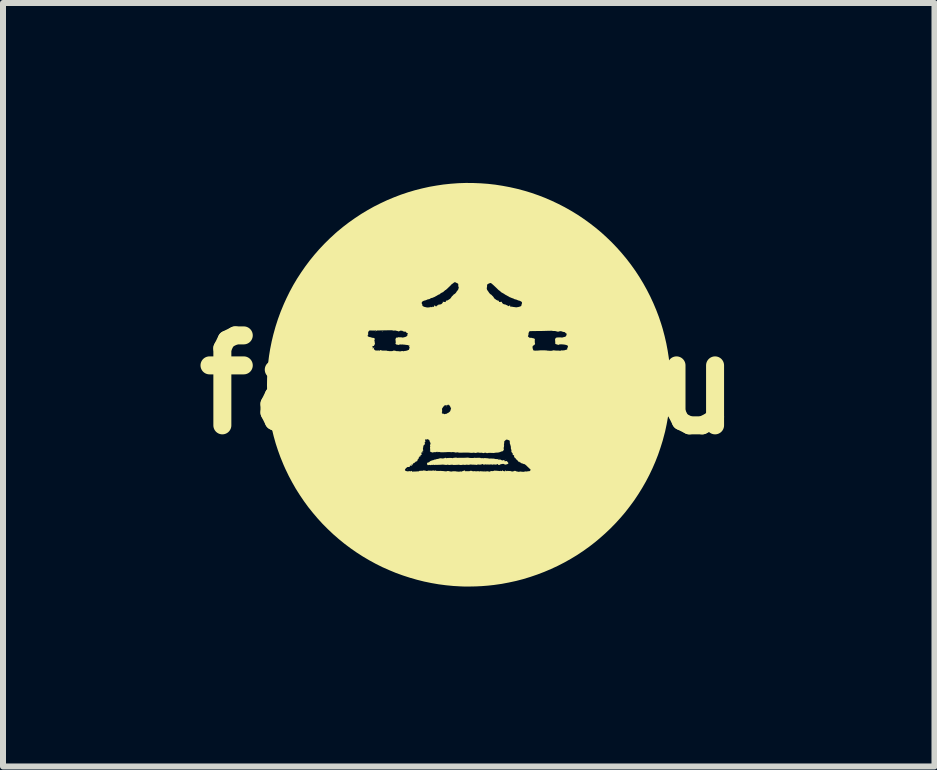
<source format=kicad_pcb>
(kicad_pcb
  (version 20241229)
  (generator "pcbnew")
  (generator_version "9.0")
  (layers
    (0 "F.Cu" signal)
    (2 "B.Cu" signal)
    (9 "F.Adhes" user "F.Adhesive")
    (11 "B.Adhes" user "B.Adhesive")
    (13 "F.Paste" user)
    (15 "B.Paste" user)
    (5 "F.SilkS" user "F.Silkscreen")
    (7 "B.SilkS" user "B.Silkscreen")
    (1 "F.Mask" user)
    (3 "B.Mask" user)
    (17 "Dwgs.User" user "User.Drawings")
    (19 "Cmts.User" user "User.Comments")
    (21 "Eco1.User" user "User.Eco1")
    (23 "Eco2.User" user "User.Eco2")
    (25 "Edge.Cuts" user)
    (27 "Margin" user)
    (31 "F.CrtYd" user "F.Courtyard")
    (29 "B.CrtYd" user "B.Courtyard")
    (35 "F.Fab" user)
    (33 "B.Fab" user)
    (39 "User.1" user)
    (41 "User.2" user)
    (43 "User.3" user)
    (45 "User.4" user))
  (footprint "famichu"
    (layer "F.Cu")
    (at 4.764 3.363)
    (property "Reference" "famichu" (at 0 0 0) (layer "F.SilkS") (effects (font (size 1.5 1.5) (thickness 0.3))))
    (attr board_only exclude_from_pos_files exclude_from_bom)
    (fp_poly (pts (xy -0.515 -1.335) (xy -0.516 -1.334) (xy -0.518 -1.335) (xy -0.516 -1.337)) (stroke (width 0) (type solid)) (fill yes) (layer "F.SilkS"))
    (fp_poly (pts (xy 0.628 -1.342) (xy 0.627 -1.341) (xy 0.626 -1.342) (xy 0.627 -1.344)) (stroke (width 0) (type solid)) (fill yes) (layer "F.SilkS"))
    (fp_poly (pts (xy -0.507 -1.343) (xy -0.507 -1.341) (xy -0.508 -1.341) (xy -0.51 -1.342) (xy -0.51 -1.343) (xy -0.507 -1.343)) (stroke (width 0) (type solid)) (fill yes) (layer "F.SilkS"))
    (fp_poly (pts (xy 0.11 0.461) (xy 0.109 0.462) (xy 0.108 0.462) (xy 0.106 0.462) (xy 0.107 0.461) (xy 0.109 0.461)) (stroke (width 0) (type solid)) (fill yes) (layer "F.SilkS"))
    (fp_poly (pts (xy -1.549 -0.893) (xy -1.549 -0.89) (xy -1.55 -0.887) (xy -1.553 -0.887) (xy -1.554 -0.888) (xy -1.554 -0.892) (xy -1.552 -0.895) (xy -1.55 -0.895)) (stroke (width 0) (type solid)) (fill yes) (layer "F.SilkS"))
    (fp_poly (pts (xy -1.095 -0.884) (xy -1.095 -0.883) (xy -1.097 -0.881) (xy -1.097 -0.881) (xy -1.1 -0.883) (xy -1.101 -0.883) (xy -1.1 -0.885) (xy -1.099 -0.886)) (stroke (width 0) (type solid)) (fill yes) (layer "F.SilkS"))
    (fp_poly (pts (xy -1.017 1.414) (xy -1.016 1.418) (xy -1.016 1.42) (xy -1.019 1.422) (xy -1.021 1.419) (xy -1.021 1.417) (xy -1.021 1.413) (xy -1.019 1.413)) (stroke (width 0) (type solid)) (fill yes) (layer "F.SilkS"))
    (fp_poly (pts (xy -0.89 1.293) (xy -0.89 1.294) (xy -0.892 1.297) (xy -0.892 1.297) (xy -0.895 1.296) (xy -0.895 1.294) (xy -0.894 1.291) (xy -0.892 1.291)) (stroke (width 0) (type solid)) (fill yes) (layer "F.SilkS"))
    (fp_poly (pts (xy -0.367 0.366) (xy -0.367 0.367) (xy -0.368 0.368) (xy -0.373 0.37) (xy -0.376 0.369) (xy -0.376 0.368) (xy -0.375 0.366) (xy -0.371 0.366)) (stroke (width 0) (type solid)) (fill yes) (layer "F.SilkS"))
    (fp_poly (pts (xy 0.27 1.438) (xy 0.27 1.441) (xy 0.268 1.444) (xy 0.266 1.444) (xy 0.263 1.444) (xy 0.263 1.441) (xy 0.265 1.437) (xy 0.267 1.437)) (stroke (width 0) (type solid)) (fill yes) (layer "F.SilkS"))
    (fp_poly (pts (xy 0.623 1.25) (xy 0.623 1.251) (xy 0.622 1.254) (xy 0.619 1.255) (xy 0.618 1.254) (xy 0.617 1.251) (xy 0.619 1.249) (xy 0.62 1.249)) (stroke (width 0) (type solid)) (fill yes) (layer "F.SilkS"))
    (fp_poly (pts (xy -1.442 -0.891) (xy -1.44 -0.888) (xy -1.44 -0.884) (xy -1.441 -0.881) (xy -1.444 -0.88) (xy -1.446 -0.88) (xy -1.447 -0.884) (xy -1.446 -0.889) (xy -1.445 -0.891)) (stroke (width 0) (type solid)) (fill yes) (layer "F.SilkS"))
    (fp_poly (pts (xy -0.796 1.19) (xy -0.796 1.191) (xy -0.794 1.195) (xy -0.796 1.198) (xy -0.798 1.199) (xy -0.801 1.197) (xy -0.802 1.196) (xy -0.802 1.193) (xy -0.8 1.19)) (stroke (width 0) (type solid)) (fill yes) (layer "F.SilkS"))
    (fp_poly (pts (xy 0.505 1.231) (xy 0.506 1.234) (xy 0.508 1.237) (xy 0.508 1.238) (xy 0.507 1.24) (xy 0.505 1.24) (xy 0.502 1.239) (xy 0.502 1.236) (xy 0.504 1.232) (xy 0.504 1.231)) (stroke (width 0) (type solid)) (fill yes) (layer "F.SilkS"))
    (fp_poly (pts (xy -1.575 -0.627) (xy -1.571 -0.625) (xy -1.57 -0.623) (xy -1.57 -0.623) (xy -1.573 -0.622) (xy -1.579 -0.621) (xy -1.583 -0.622) (xy -1.584 -0.623) (xy -1.584 -0.626) (xy -1.583 -0.627) (xy -1.579 -0.627)) (stroke (width 0) (type solid)) (fill yes) (layer "F.SilkS"))
    (fp_poly (pts (xy -0.205 1.216) (xy -0.201 1.217) (xy -0.201 1.218) (xy -0.196 1.22) (xy -0.189 1.22) (xy -0.18 1.22) (xy -0.176 1.22) (xy -0.166 1.219) (xy -0.152 1.219) (xy -0.137 1.219) (xy -0.121 1.219) (xy -0.106 1.219) (xy -0.101 1.219) (xy -0.095 1.219) (xy -0.085 1.219) (xy -0.074 1.219) (xy -0.062 1.218) (xy -0.05 1.218) (xy -0.039 1.217) (xy -0.03 1.217) (xy -0.024 1.216) (xy -0.021 1.216) (xy -0.018 1.216) (xy -0.011 1.216) (xy -0.003 1.217) (xy -0.001 1.218) (xy 0.009 1.22) (xy 0.018 1.221) (xy 0.024 1.221) (xy 0.024 1.221) (xy 0.029 1.222) (xy 0.038 1.222) (xy 0.048 1.222) (xy 0.055 1.223) (xy 0.067 1.223) (xy 0.075 1.223) (xy 0.08 1.222) (xy 0.084 1.221) (xy 0.085 1.22) (xy 0.091 1.218) (xy 0.096 1.219) (xy 0.101 1.219) (xy 0.109 1.22) (xy 0.119 1.22) (xy 0.132 1.22) (xy 0.14 1.22) (xy 0.157 1.219) (xy 0.17 1.219) (xy 0.18 1.219) (xy 0.186 1.219) (xy 0.191 1.22) (xy 0.194 1.22) (xy 0.196 1.221) (xy 0.197 1.222) (xy 0.198 1.223) (xy 0.201 1.225) (xy 0.206 1.226) (xy 0.214 1.225) (xy 0.216 1.225) (xy 0.225 1.224) (xy 0.234 1.225) (xy 0.238 1.226) (xy 0.246 1.227) (xy 0.254 1.225) (xy 0.254 1.225) (xy 0.263 1.224) (xy 0.275 1.224) (xy 0.285 1.225) (xy 0.297 1.226) (xy 0.304 1.226) (xy 0.314 1.227) (xy 0.323 1.228) (xy 0.328 1.229) (xy 0.335 1.231) (xy 0.346 1.232) (xy 0.356 1.232) (xy 0.366 1.231) (xy 0.372 1.23) (xy 0.377 1.23) (xy 0.378 1.231) (xy 0.381 1.232) (xy 0.387 1.232) (xy 0.396 1.233) (xy 0.401 1.233) (xy 0.417 1.233) (xy 0.429 1.235) (xy 0.433 1.236) (xy 0.439 1.238) (xy 0.444 1.239) (xy 0.45 1.24) (xy 0.457 1.24) (xy 0.468 1.24) (xy 0.469 1.24) (xy 0.481 1.241) (xy 0.492 1.246) (xy 0.501 1.25) (xy 0.507 1.251) (xy 0.512 1.25) (xy 0.516 1.248) (xy 0.519 1.246) (xy 0.522 1.246) (xy 0.526 1.248) (xy 0.531 1.251) (xy 0.537 1.253) (xy 0.545 1.257) (xy 0.553 1.261) (xy 0.562 1.263) (xy 0.569 1.262) (xy 0.573 1.257) (xy 0.576 1.257) (xy 0.582 1.259) (xy 0.583 1.259) (xy 0.589 1.261) (xy 0.593 1.262) (xy 0.594 1.262) (xy 0.598 1.262) (xy 0.6 1.264) (xy 0.602 1.267) (xy 0.599 1.27) (xy 0.598 1.271) (xy 0.595 1.273) (xy 0.596 1.275) (xy 0.597 1.275) (xy 0.606 1.277) (xy 0.615 1.275) (xy 0.62 1.274) (xy 0.624 1.272) (xy 0.628 1.272) (xy 0.633 1.275) (xy 0.637 1.277) (xy 0.643 1.282) (xy 0.647 1.287) (xy 0.648 1.289) (xy 0.651 1.293) (xy 0.655 1.297) (xy 0.659 1.301) (xy 0.66 1.307) (xy 0.66 1.309) (xy 0.66 1.314) (xy 0.658 1.318) (xy 0.653 1.321) (xy 0.65 1.322) (xy 0.643 1.325) (xy 0.633 1.328) (xy 0.623 1.331) (xy 0.623 1.331) (xy 0.612 1.333) (xy 0.604 1.333) (xy 0.598 1.331) (xy 0.594 1.327) (xy 0.594 1.325) (xy 0.592 1.323) (xy 0.589 1.322) (xy 0.584 1.321) (xy 0.575 1.321) (xy 0.571 1.321) (xy 0.558 1.321) (xy 0.549 1.323) (xy 0.546 1.324) (xy 0.539 1.327) (xy 0.535 1.327) (xy 0.528 1.329) (xy 0.521 1.331) (xy 0.516 1.335) (xy 0.515 1.337) (xy 0.512 1.339) (xy 0.506 1.34) (xy 0.505 1.34) (xy 0.497 1.338) (xy 0.491 1.333) (xy 0.491 1.333) (xy 0.487 1.328) (xy 0.485 1.325) (xy 0.485 1.325) (xy 0.484 1.323) (xy 0.48 1.323) (xy 0.475 1.325) (xy 0.474 1.327) (xy 0.469 1.329) (xy 0.461 1.331) (xy 0.452 1.332) (xy 0.442 1.333) (xy 0.434 1.332) (xy 0.429 1.331) (xy 0.428 1.331) (xy 0.421 1.328) (xy 0.414 1.329) (xy 0.41 1.332) (xy 0.406 1.334) (xy 0.402 1.335) (xy 0.396 1.333) (xy 0.396 1.333) (xy 0.386 1.331) (xy 0.372 1.33) (xy 0.359 1.33) (xy 0.346 1.332) (xy 0.345 1.332) (xy 0.337 1.333) (xy 0.332 1.333) (xy 0.331 1.332) (xy 0.326 1.33) (xy 0.32 1.33) (xy 0.313 1.33) (xy 0.308 1.332) (xy 0.307 1.332) (xy 0.303 1.334) (xy 0.301 1.333) (xy 0.295 1.33) (xy 0.287 1.329) (xy 0.278 1.329) (xy 0.27 1.33) (xy 0.268 1.331) (xy 0.261 1.333) (xy 0.254 1.334) (xy 0.253 1.334) (xy 0.246 1.334) (xy 0.243 1.332) (xy 0.242 1.329) (xy 0.238 1.324) (xy 0.233 1.323) (xy 0.227 1.325) (xy 0.222 1.327) (xy 0.215 1.329) (xy 0.21 1.33) (xy 0.201 1.332) (xy 0.193 1.333) (xy 0.189 1.334) (xy 0.183 1.334) (xy 0.178 1.333) (xy 0.173 1.332) (xy 0.166 1.331) (xy 0.159 1.331) (xy 0.151 1.331) (xy 0.146 1.331) (xy 0.143 1.333) (xy 0.142 1.335) (xy 0.138 1.338) (xy 0.133 1.338) (xy 0.129 1.337) (xy 0.121 1.336) (xy 0.11 1.335) (xy 0.099 1.335) (xy 0.087 1.334) (xy 0.077 1.334) (xy 0.065 1.334) (xy 0.057 1.334) (xy 0.052 1.334) (xy 0.049 1.333) (xy 0.047 1.332) (xy 0.043 1.33) (xy 0.041 1.331) (xy 0.038 1.333) (xy 0.034 1.331) (xy 0.03 1.33) (xy 0.025 1.331) (xy 0.019 1.333) (xy 0.01 1.335) (xy -0.0002 1.336) (xy -0.01 1.337) (xy -0.019 1.336) (xy -0.023 1.334) (xy -0.028 1.333) (xy -0.036 1.334) (xy -0.045 1.335) (xy -0.056 1.337) (xy -0.065 1.338) (xy -0.072 1.337) (xy -0.076 1.336) (xy -0.085 1.335) (xy -0.095 1.335) (xy -0.106 1.336) (xy -0.124 1.339) (xy -0.139 1.339) (xy -0.152 1.337) (xy -0.154 1.336) (xy -0.162 1.335) (xy -0.172 1.335) (xy -0.177 1.335) (xy -0.185 1.336) (xy -0.196 1.337) (xy -0.21 1.337) (xy -0.224 1.338) (xy -0.238 1.338) (xy -0.248 1.339) (xy -0.256 1.338) (xy -0.263 1.336) (xy -0.269 1.335) (xy -0.278 1.335) (xy -0.289 1.335) (xy -0.301 1.336) (xy -0.314 1.338) (xy -0.318 1.338) (xy -0.327 1.339) (xy -0.334 1.338) (xy -0.336 1.337) (xy -0.344 1.334) (xy -0.349 1.333) (xy -0.354 1.334) (xy -0.357 1.335) (xy -0.365 1.337) (xy -0.376 1.338) (xy -0.389 1.337) (xy -0.402 1.336) (xy -0.411 1.334) (xy -0.427 1.333) (xy -0.442 1.333) (xy -0.455 1.334) (xy -0.47 1.335) (xy -0.485 1.336) (xy -0.501 1.336) (xy -0.516 1.337) (xy -0.529 1.337) (xy -0.54 1.337) (xy -0.548 1.337) (xy -0.552 1.337) (xy -0.562 1.336) (xy -0.566 1.338) (xy -0.572 1.339) (xy -0.576 1.339) (xy -0.579 1.337) (xy -0.583 1.335) (xy -0.588 1.335) (xy -0.593 1.337) (xy -0.605 1.338) (xy -0.615 1.338) (xy -0.624 1.337) (xy -0.628 1.338) (xy -0.629 1.339) (xy -0.632 1.341) (xy -0.638 1.341) (xy -0.642 1.34) (xy -0.643 1.34) (xy -0.647 1.338) (xy -0.653 1.338) (xy -0.661 1.338) (xy -0.669 1.339) (xy -0.671 1.34) (xy -0.677 1.343) (xy -0.681 1.343) (xy -0.684 1.341) (xy -0.688 1.337) (xy -0.691 1.332) (xy -0.693 1.326) (xy -0.693 1.326) (xy -0.693 1.32) (xy -0.695 1.316) (xy -0.696 1.312) (xy -0.695 1.309) (xy -0.691 1.305) (xy -0.689 1.303) (xy -0.683 1.298) (xy -0.678 1.296) (xy -0.674 1.296) (xy -0.666 1.296) (xy -0.662 1.295) (xy -0.66 1.291) (xy -0.659 1.289) (xy -0.658 1.288) (xy -0.655 1.287) (xy -0.65 1.283) (xy -0.646 1.279) (xy -0.639 1.273) (xy 0.582 1.273) (xy 0.583 1.274) (xy 0.584 1.273) (xy 0.583 1.272) (xy 0.582 1.273) (xy -0.639 1.273) (xy -0.638 1.272) (xy -0.631 1.27) (xy -0.631 1.27) (xy -0.625 1.269) (xy -0.621 1.266) (xy -0.617 1.264) (xy -0.61 1.262) (xy -0.602 1.26) (xy -0.594 1.259) (xy -0.588 1.257) (xy -0.584 1.255) (xy -0.579 1.252) (xy -0.572 1.25) (xy -0.563 1.248) (xy -0.555 1.247) (xy -0.553 1.247) (xy -0.546 1.246) (xy -0.541 1.243) (xy -0.536 1.241) (xy -0.528 1.239) (xy -0.524 1.239) (xy -0.515 1.238) (xy -0.508 1.236) (xy -0.505 1.236) (xy -0.492 1.231) (xy -0.482 1.228) (xy -0.473 1.227) (xy -0.464 1.227) (xy -0.453 1.228) (xy -0.449 1.229) (xy -0.437 1.23) (xy -0.429 1.23) (xy -0.424 1.23) (xy -0.422 1.229) (xy -0.416 1.227) (xy -0.409 1.226) (xy -0.409 1.226) (xy -0.402 1.225) (xy -0.398 1.222) (xy -0.395 1.218) (xy -0.392 1.217) (xy -0.388 1.218) (xy -0.383 1.222) (xy -0.383 1.222) (xy -0.374 1.226) (xy -0.366 1.225) (xy -0.361 1.223) (xy -0.356 1.222) (xy -0.35 1.223) (xy -0.35 1.223) (xy -0.344 1.224) (xy -0.341 1.223) (xy -0.341 1.223) (xy -0.337 1.222) (xy -0.33 1.221) (xy -0.321 1.221) (xy -0.31 1.221) (xy -0.299 1.221) (xy -0.288 1.222) (xy -0.279 1.223) (xy -0.272 1.224) (xy -0.271 1.224) (xy -0.266 1.226) (xy -0.263 1.225) (xy -0.262 1.224) (xy -0.261 1.223) (xy -0.26 1.222) (xy -0.257 1.221) (xy -0.253 1.22) (xy -0.245 1.219) (xy -0.235 1.218) (xy -0.228 1.217) (xy -0.218 1.216) (xy -0.211 1.216)) (stroke (width 0) (type solid)) (fill yes) (layer "F.SilkS"))
    (fp_poly (pts (xy 0.075 -3.362) (xy 0.199 -3.357) (xy 0.322 -3.348) (xy 0.445 -3.334) (xy 0.566 -3.315) (xy 0.688 -3.292) (xy 0.808 -3.265) (xy 0.928 -3.233) (xy 1.047 -3.197) (xy 1.164 -3.156) (xy 1.265 -3.117) (xy 1.379 -3.068) (xy 1.491 -3.015) (xy 1.6 -2.959) (xy 1.708 -2.898) (xy 1.813 -2.834) (xy 1.916 -2.765) (xy 2.016 -2.693) (xy 2.113 -2.618) (xy 2.208 -2.539) (xy 2.299 -2.456) (xy 2.388 -2.37) (xy 2.473 -2.281) (xy 2.552 -2.192) (xy 2.632 -2.096) (xy 2.707 -1.998) (xy 2.779 -1.897) (xy 2.847 -1.793) (xy 2.911 -1.687) (xy 2.971 -1.579) (xy 3.027 -1.469) (xy 3.079 -1.357) (xy 3.127 -1.243) (xy 3.171 -1.127) (xy 3.21 -1.01) (xy 3.234 -0.931) (xy 3.266 -0.81) (xy 3.294 -0.689) (xy 3.317 -0.567) (xy 3.336 -0.445) (xy 3.35 -0.322) (xy 3.36 -0.199) (xy 3.365 -0.076) (xy 3.365 0.047) (xy 3.361 0.17) (xy 3.353 0.293) (xy 3.34 0.416) (xy 3.322 0.538) (xy 3.3 0.66) (xy 3.274 0.782) (xy 3.242 0.902) (xy 3.234 0.933) (xy 3.197 1.051) (xy 3.157 1.168) (xy 3.112 1.283) (xy 3.063 1.396) (xy 3.01 1.507) (xy 2.953 1.616) (xy 2.892 1.722) (xy 2.827 1.827) (xy 2.759 1.929) (xy 2.686 2.028) (xy 2.611 2.125) (xy 2.531 2.219) (xy 2.448 2.31) (xy 2.362 2.398) (xy 2.272 2.483) (xy 2.179 2.565) (xy 2.106 2.626) (xy 2.009 2.701) (xy 1.908 2.773) (xy 1.806 2.841) (xy 1.7 2.905) (xy 1.593 2.965) (xy 1.484 3.021) (xy 1.372 3.073) (xy 1.259 3.121) (xy 1.144 3.165) (xy 1.027 3.205) (xy 0.91 3.241) (xy 0.79 3.272) (xy 0.67 3.298) (xy 0.549 3.321) (xy 0.521 3.325) (xy 0.423 3.339) (xy 0.323 3.35) (xy 0.222 3.358) (xy 0.121 3.363) (xy 0.021 3.365) (xy -0.078 3.365) (xy -0.131 3.363) (xy -0.255 3.356) (xy -0.379 3.344) (xy -0.502 3.328) (xy -0.623 3.307) (xy -0.744 3.282) (xy -0.864 3.252) (xy -0.982 3.218) (xy -1.099 3.18) (xy -1.215 3.138) (xy -1.328 3.091) (xy -1.441 3.041) (xy -1.551 2.986) (xy -1.659 2.927) (xy -1.766 2.864) (xy -1.87 2.797) (xy -1.969 2.728) (xy -2.068 2.654) (xy -2.164 2.576) (xy -2.257 2.495) (xy -2.347 2.41) (xy -2.434 2.323) (xy -2.517 2.232) (xy -2.597 2.138) (xy -2.674 2.042) (xy -2.747 1.942) (xy -2.816 1.84) (xy -2.882 1.736) (xy -2.943 1.629) (xy -3.001 1.52) (xy -3.05 1.418) (xy -1.063 1.418) (xy -1.063 1.425) (xy -1.059 1.431) (xy -1.052 1.436) (xy -1.042 1.441) (xy -1.033 1.442) (xy -1.026 1.443) (xy -1.02 1.445) (xy -1.019 1.445) (xy -1.014 1.447) (xy -1.009 1.445) (xy -1.004 1.444) (xy -0.996 1.442) (xy -0.993 1.441) (xy -0.985 1.441) (xy -0.981 1.442) (xy -0.979 1.444) (xy -0.977 1.446) (xy -0.974 1.446) (xy -0.97 1.444) (xy -0.965 1.441) (xy -0.956 1.438) (xy -0.951 1.437) (xy -0.948 1.439) (xy -0.948 1.442) (xy -0.946 1.447) (xy -0.943 1.45) (xy -0.939 1.45) (xy -0.938 1.45) (xy -0.935 1.449) (xy -0.928 1.449) (xy -0.918 1.448) (xy -0.907 1.448) (xy -0.903 1.448) (xy -0.89 1.448) (xy -0.879 1.447) (xy -0.87 1.447) (xy -0.864 1.446) (xy -0.863 1.446) (xy -0.853 1.445) (xy -0.848 1.446) (xy -0.844 1.447) (xy -0.839 1.446) (xy -0.832 1.443) (xy -0.83 1.442) (xy -0.818 1.436) (xy -0.809 1.434) (xy -0.803 1.435) (xy -0.801 1.437) (xy -0.798 1.439) (xy -0.795 1.438) (xy -0.794 1.437) (xy -0.79 1.434) (xy -0.786 1.434) (xy -0.781 1.436) (xy -0.775 1.437) (xy -0.772 1.437) (xy -0.768 1.434) (xy -0.765 1.432) (xy -0.761 1.431) (xy -0.754 1.43) (xy -0.745 1.431) (xy -0.735 1.431) (xy -0.725 1.433) (xy -0.719 1.434) (xy -0.718 1.435) (xy -0.708 1.438) (xy -0.698 1.439) (xy -0.69 1.439) (xy -0.685 1.436) (xy -0.683 1.435) (xy -0.68 1.434) (xy -0.675 1.433) (xy -0.668 1.433) (xy -0.657 1.434) (xy -0.645 1.434) (xy -0.63 1.434) (xy -0.62 1.435) (xy -0.612 1.434) (xy -0.607 1.434) (xy -0.603 1.432) (xy -0.602 1.432) (xy -0.594 1.429) (xy -0.588 1.429) (xy -0.584 1.432) (xy -0.581 1.434) (xy -0.577 1.435) (xy -0.57 1.434) (xy -0.567 1.434) (xy -0.559 1.432) (xy -0.552 1.431) (xy -0.55 1.43) (xy -0.545 1.43) (xy -0.541 1.434) (xy -0.538 1.438) (xy -0.536 1.44) (xy -0.532 1.439) (xy -0.53 1.439) (xy -0.523 1.438) (xy -0.514 1.437) (xy -0.508 1.438) (xy -0.497 1.438) (xy -0.485 1.438) (xy -0.479 1.438) (xy -0.471 1.437) (xy -0.464 1.437) (xy -0.461 1.437) (xy -0.458 1.438) (xy -0.451 1.439) (xy -0.443 1.439) (xy -0.443 1.439) (xy -0.431 1.44) (xy -0.419 1.441) (xy -0.411 1.442) (xy -0.398 1.444) (xy -0.385 1.445) (xy -0.375 1.445) (xy -0.367 1.444) (xy -0.363 1.442) (xy -0.363 1.442) (xy -0.358 1.44) (xy -0.351 1.439) (xy -0.342 1.439) (xy -0.332 1.441) (xy -0.327 1.442) (xy -0.316 1.445) (xy -0.304 1.447) (xy -0.292 1.448) (xy -0.282 1.448) (xy -0.278 1.447) (xy -0.272 1.445) (xy -0.262 1.444) (xy -0.25 1.444) (xy -0.238 1.444) (xy -0.227 1.444) (xy -0.219 1.444) (xy -0.215 1.445) (xy -0.208 1.446) (xy -0.2 1.448) (xy -0.194 1.448) (xy -0.184 1.449) (xy -0.175 1.45) (xy -0.17 1.45) (xy -0.159 1.451) (xy -0.151 1.449) (xy -0.143 1.446) (xy -0.137 1.447) (xy -0.137 1.447) (xy -0.128 1.449) (xy -0.119 1.449) (xy -0.113 1.446) (xy -0.113 1.446) (xy -0.108 1.443) (xy -0.101 1.441) (xy -0.1 1.441) (xy -0.092 1.439) (xy -0.085 1.436) (xy -0.085 1.435) (xy -0.078 1.432) (xy -0.069 1.431) (xy -0.069 1.431) (xy -0.063 1.431) (xy -0.061 1.433) (xy -0.06 1.436) (xy -0.06 1.439) (xy -0.059 1.445) (xy -0.057 1.447) (xy -0.055 1.445) (xy -0.054 1.443) (xy -0.052 1.441) (xy -0.047 1.441) (xy -0.045 1.441) (xy -0.04 1.442) (xy -0.031 1.442) (xy -0.021 1.443) (xy -0.012 1.443) (xy -0.000132 1.443) (xy 0.008 1.443) (xy 0.013 1.442) (xy 0.016 1.441) (xy 0.018 1.44) (xy 0.022 1.438) (xy 0.029 1.436) (xy 0.039 1.436) (xy 0.048 1.437) (xy 0.056 1.438) (xy 0.061 1.441) (xy 0.062 1.441) (xy 0.065 1.443) (xy 0.068 1.444) (xy 0.073 1.444) (xy 0.08 1.444) (xy 0.091 1.442) (xy 0.098 1.441) (xy 0.106 1.441) (xy 0.111 1.442) (xy 0.113 1.444) (xy 0.117 1.446) (xy 0.121 1.446) (xy 0.125 1.445) (xy 0.131 1.444) (xy 0.14 1.443) (xy 0.15 1.442) (xy 0.159 1.443) (xy 0.167 1.443) (xy 0.171 1.445) (xy 0.172 1.445) (xy 0.175 1.447) (xy 0.18 1.446) (xy 0.184 1.445) (xy 0.192 1.443) (xy 0.203 1.443) (xy 0.21 1.444) (xy 0.225 1.445) (xy 0.241 1.446) (xy 0.257 1.447) (xy 0.271 1.447) (xy 0.283 1.447) (xy 0.293 1.446) (xy 0.299 1.445) (xy 0.299 1.445) (xy 0.308 1.443) (xy 0.317 1.444) (xy 0.32 1.446) (xy 0.325 1.448) (xy 0.329 1.446) (xy 0.332 1.445) (xy 0.335 1.447) (xy 0.339 1.449) (xy 0.346 1.45) (xy 0.353 1.449) (xy 0.36 1.447) (xy 0.362 1.445) (xy 0.532 1.445) (xy 0.533 1.447) (xy 0.534 1.447) (xy 0.536 1.446) (xy 0.535 1.445) (xy 0.533 1.445) (xy 0.532 1.445) (xy 0.362 1.445) (xy 0.365 1.444) (xy 0.366 1.442) (xy 0.366 1.439) (xy 0.369 1.438) (xy 0.373 1.439) (xy 0.38 1.44) (xy 0.388 1.441) (xy 0.396 1.441) (xy 0.406 1.44) (xy 0.413 1.439) (xy 0.418 1.436) (xy 0.419 1.436) (xy 0.424 1.433) (xy 0.428 1.432) (xy 0.428 1.432) (xy 0.432 1.433) (xy 0.439 1.434) (xy 0.448 1.434) (xy 0.452 1.435) (xy 0.461 1.435) (xy 0.469 1.435) (xy 0.473 1.435) (xy 0.474 1.436) (xy 0.477 1.436) (xy 0.482 1.437) (xy 0.484 1.437) (xy 0.499 1.438) (xy 0.509 1.439) (xy 0.517 1.44) (xy 0.522 1.44) (xy 0.525 1.439) (xy 0.527 1.438) (xy 0.529 1.437) (xy 0.529 1.437) (xy 0.534 1.434) (xy 0.537 1.435) (xy 0.538 1.439) (xy 0.54 1.44) (xy 0.547 1.441) (xy 0.547 1.441) (xy 0.554 1.439) (xy 0.557 1.437) (xy 0.558 1.434) (xy 0.56 1.43) (xy 0.565 1.429) (xy 0.569 1.431) (xy 0.571 1.434) (xy 0.573 1.438) (xy 0.577 1.44) (xy 0.582 1.44) (xy 0.589 1.441) (xy 0.593 1.443) (xy 0.594 1.444) (xy 0.597 1.447) (xy 0.6 1.446) (xy 0.601 1.445) (xy 0.61 1.445) (xy 0.612 1.447) (xy 0.613 1.447) (xy 0.616 1.446) (xy 0.615 1.445) (xy 0.612 1.443) (xy 0.612 1.442) (xy 0.61 1.444) (xy 0.61 1.445) (xy 0.601 1.445) (xy 0.603 1.44) (xy 0.604 1.439) (xy 0.608 1.433) (xy 0.613 1.431) (xy 0.62 1.434) (xy 0.624 1.437) (xy 0.631 1.441) (xy 0.638 1.442) (xy 0.643 1.439) (xy 0.643 1.439) (xy 0.645 1.437) (xy 0.648 1.437) (xy 0.654 1.437) (xy 0.661 1.438) (xy 0.672 1.44) (xy 0.681 1.439) (xy 0.684 1.439) (xy 0.69 1.437) (xy 0.694 1.439) (xy 0.694 1.439) (xy 0.699 1.442) (xy 0.702 1.442) (xy 0.706 1.443) (xy 0.713 1.445) (xy 0.717 1.446) (xy 0.724 1.448) (xy 0.729 1.448) (xy 0.732 1.447) (xy 0.737 1.445) (xy 0.744 1.444) (xy 0.747 1.444) (xy 0.755 1.442) (xy 0.76 1.439) (xy 0.763 1.437) (xy 0.77 1.436) (xy 0.776 1.437) (xy 0.781 1.439) (xy 0.786 1.441) (xy 0.789 1.44) (xy 0.793 1.439) (xy 0.794 1.442) (xy 0.794 1.442) (xy 0.796 1.447) (xy 0.8 1.45) (xy 0.806 1.45) (xy 0.81 1.449) (xy 0.815 1.448) (xy 0.822 1.45) (xy 0.828 1.453) (xy 0.835 1.453) (xy 0.835 1.453) (xy 0.841 1.452) (xy 0.849 1.45) (xy 0.853 1.449) (xy 0.861 1.448) (xy 0.866 1.448) (xy 0.868 1.449) (xy 0.872 1.45) (xy 0.878 1.45) (xy 0.887 1.451) (xy 0.897 1.452) (xy 0.907 1.452) (xy 0.916 1.452) (xy 0.921 1.452) (xy 0.924 1.452) (xy 0.933 1.448) (xy 0.944 1.446) (xy 0.954 1.447) (xy 0.965 1.448) (xy 0.975 1.446) (xy 0.977 1.446) (xy 0.986 1.444) (xy 0.997 1.443) (xy 1 1.442) (xy 1.011 1.442) (xy 1.019 1.44) (xy 1.024 1.435) (xy 1.028 1.428) (xy 1.028 1.427) (xy 1.033 1.417) (xy 1.013 1.398) (xy 1.003 1.389) (xy 0.991 1.377) (xy 0.979 1.366) (xy 0.971 1.358) (xy 0.963 1.35) (xy 0.956 1.343) (xy 0.951 1.339) (xy 0.948 1.337) (xy 0.948 1.337) (xy 0.945 1.335) (xy 0.94 1.331) (xy 0.938 1.33) (xy 0.932 1.325) (xy 0.927 1.324) (xy 0.925 1.324) (xy 0.919 1.323) (xy 0.91 1.32) (xy 0.906 1.318) (xy 0.898 1.315) (xy 0.89 1.312) (xy 0.885 1.311) (xy 0.877 1.31) (xy 0.874 1.307) (xy 0.868 1.301) (xy 0.86 1.297) (xy 0.854 1.295) (xy 0.85 1.294) (xy 0.849 1.291) (xy 0.847 1.287) (xy 0.843 1.285) (xy 0.839 1.286) (xy 0.838 1.287) (xy 0.835 1.29) (xy 0.833 1.289) (xy 0.833 1.287) (xy 0.831 1.284) (xy 0.827 1.278) (xy 0.823 1.274) (xy 0.817 1.267) (xy 0.811 1.261) (xy 0.808 1.258) (xy 0.803 1.254) (xy 0.797 1.248) (xy 0.794 1.246) (xy 0.788 1.241) (xy 0.785 1.237) (xy 0.784 1.235) (xy 0.783 1.23) (xy 0.78 1.225) (xy 0.776 1.222) (xy 0.774 1.222) (xy 0.769 1.22) (xy 0.765 1.214) (xy 0.76 1.207) (xy 0.757 1.199) (xy 0.756 1.191) (xy 0.756 1.186) (xy 0.757 1.185) (xy 0.757 1.18) (xy 0.754 1.177) (xy 0.748 1.176) (xy 0.742 1.174) (xy 0.737 1.171) (xy 0.734 1.167) (xy 0.733 1.161) (xy 0.733 1.157) (xy 0.733 1.149) (xy 0.731 1.142) (xy 0.728 1.138) (xy 0.725 1.136) (xy 0.723 1.135) (xy 0.719 1.13) (xy 0.716 1.126) (xy 0.712 1.119) (xy 0.71 1.115) (xy 0.711 1.112) (xy 0.712 1.108) (xy 0.714 1.103) (xy 0.714 1.1) (xy 0.712 1.098) (xy 0.71 1.093) (xy 0.711 1.09) (xy 0.711 1.086) (xy 0.708 1.079) (xy 0.706 1.075) (xy 0.704 1.069) (xy 0.703 1.061) (xy 0.703 1.05) (xy 0.703 1.048) (xy 0.702 1.033) (xy 0.7 1.022) (xy 0.698 1.017) (xy 0.696 1.011) (xy 0.695 1.005) (xy 0.695 1.005) (xy 0.694 1) (xy 0.691 0.995) (xy 0.688 0.988) (xy 0.686 0.978) (xy 0.685 0.964) (xy 0.685 0.952) (xy 0.684 0.943) (xy 0.683 0.937) (xy 0.681 0.934) (xy 0.678 0.93) (xy 0.672 0.927) (xy 0.666 0.925) (xy 0.665 0.925) (xy 0.659 0.923) (xy 0.655 0.921) (xy 0.648 0.918) (xy 0.641 0.917) (xy 0.634 0.917) (xy 0.63 0.916) (xy 0.629 0.915) (xy 0.626 0.916) (xy 0.62 0.92) (xy 0.612 0.927) (xy 0.61 0.929) (xy 0.593 0.944) (xy 0.592 0.96) (xy 0.592 0.971) (xy 0.59 0.981) (xy 0.589 0.991) (xy 0.588 0.999) (xy 0.586 1.004) (xy 0.586 1.005) (xy 0.586 1.007) (xy 0.588 1.01) (xy 0.591 1.014) (xy 0.59 1.018) (xy 0.589 1.019) (xy 0.587 1.026) (xy 0.588 1.033) (xy 0.588 1.04) (xy 0.586 1.044) (xy 0.585 1.046) (xy 0.582 1.05) (xy 0.581 1.055) (xy 0.582 1.06) (xy 0.585 1.071) (xy 0.586 1.078) (xy 0.586 1.084) (xy 0.584 1.087) (xy 0.582 1.09) (xy 0.578 1.094) (xy 0.577 1.098) (xy 0.575 1.103) (xy 0.571 1.107) (xy 0.564 1.11) (xy 0.557 1.111) (xy 0.551 1.112) (xy 0.543 1.115) (xy 0.535 1.118) (xy 0.533 1.119) (xy 0.52 1.124) (xy 0.507 1.128) (xy 0.492 1.131) (xy 0.475 1.133) (xy 0.46 1.133) (xy 0.449 1.134) (xy 0.438 1.135) (xy 0.43 1.137) (xy 0.425 1.138) (xy 0.42 1.139) (xy 0.416 1.14) (xy 0.415 1.139) (xy 0.413 1.139) (xy 0.406 1.138) (xy 0.396 1.138) (xy 0.384 1.138) (xy 0.37 1.137) (xy 0.366 1.137) (xy 0.35 1.137) (xy 0.337 1.137) (xy 0.328 1.138) (xy 0.321 1.138) (xy 0.317 1.139) (xy 0.313 1.14) (xy 0.312 1.141) (xy 0.308 1.143) (xy 0.305 1.143) (xy 0.3 1.141) (xy 0.297 1.139) (xy 0.288 1.136) (xy 0.277 1.134) (xy 0.266 1.135) (xy 0.258 1.138) (xy 0.258 1.138) (xy 0.248 1.141) (xy 0.238 1.14) (xy 0.231 1.138) (xy 0.226 1.136) (xy 0.219 1.135) (xy 0.209 1.135) (xy 0.204 1.135) (xy 0.187 1.136) (xy 0.174 1.134) (xy 0.169 1.133) (xy 0.162 1.131) (xy 0.156 1.131) (xy 0.15 1.131) (xy 0.142 1.132) (xy 0.136 1.134) (xy 0.124 1.137) (xy 0.115 1.138) (xy 0.109 1.138) (xy 0.103 1.137) (xy 0.098 1.136) (xy 0.092 1.134) (xy 0.086 1.133) (xy 0.077 1.134) (xy 0.073 1.135) (xy 0.066 1.136) (xy 0.059 1.136) (xy 0.054 1.137) (xy 0.048 1.137) (xy 0.041 1.136) (xy 0.032 1.136) (xy 0.019 1.135) (xy 0.012 1.134) (xy -0.001 1.133) (xy -0.012 1.133) (xy -0.021 1.132) (xy -0.027 1.132) (xy -0.028 1.132) (xy -0.034 1.132) (xy -0.043 1.132) (xy -0.052 1.132) (xy -0.061 1.132) (xy -0.062 1.132) (xy -0.067 1.132) (xy -0.077 1.132) (xy -0.089 1.133) (xy -0.104 1.133) (xy -0.121 1.134) (xy -0.14 1.134) (xy -0.143 1.134) (xy -0.158 1.134) (xy -0.169 1.132) (xy -0.174 1.13) (xy -0.178 1.129) (xy -0.182 1.128) (xy -0.188 1.128) (xy -0.198 1.129) (xy -0.2 1.129) (xy -0.212 1.131) (xy -0.22 1.131) (xy -0.225 1.13) (xy -0.229 1.129) (xy -0.236 1.127) (xy -0.245 1.125) (xy -0.248 1.125) (xy -0.259 1.124) (xy -0.268 1.123) (xy -0.275 1.124) (xy -0.278 1.125) (xy -0.288 1.126) (xy -0.296 1.126) (xy -0.301 1.125) (xy -0.306 1.124) (xy -0.313 1.123) (xy -0.322 1.123) (xy -0.334 1.123) (xy -0.349 1.124) (xy -0.358 1.124) (xy -0.373 1.125) (xy -0.386 1.126) (xy -0.398 1.126) (xy -0.406 1.126) (xy -0.412 1.127) (xy -0.412 1.127) (xy -0.418 1.127) (xy -0.427 1.127) (xy -0.437 1.127) (xy -0.441 1.127) (xy -0.453 1.127) (xy -0.463 1.127) (xy -0.471 1.126) (xy -0.48 1.124) (xy -0.487 1.123) (xy -0.495 1.121) (xy -0.5 1.121) (xy -0.504 1.122) (xy -0.506 1.123) (xy -0.512 1.127) (xy -0.517 1.127) (xy -0.519 1.123) (xy -0.52 1.122) (xy -0.522 1.119) (xy -0.525 1.118) (xy -0.529 1.118) (xy -0.536 1.121) (xy -0.544 1.124) (xy -0.553 1.126) (xy -0.559 1.125) (xy -0.564 1.125) (xy -0.572 1.125) (xy -0.582 1.126) (xy -0.591 1.128) (xy -0.598 1.13) (xy -0.601 1.131) (xy -0.604 1.131) (xy -0.61 1.129) (xy -0.619 1.126) (xy -0.627 1.123) (xy -0.635 1.119) (xy -0.641 1.115) (xy -0.642 1.114) (xy -0.647 1.108) (xy -0.647 1.102) (xy -0.642 1.097) (xy -0.642 1.096) (xy -0.639 1.094) (xy -0.639 1.091) (xy -0.641 1.091) (xy -0.643 1.087) (xy -0.643 1.084) (xy -0.642 1.081) (xy -0.643 1.074) (xy -0.644 1.065) (xy -0.644 1.063) (xy -0.645 1.053) (xy -0.646 1.047) (xy -0.645 1.043) (xy -0.644 1.041) (xy -0.643 1.04) (xy -0.64 1.035) (xy -0.641 1.032) (xy -0.644 1.025) (xy -0.645 1.016) (xy -0.644 1.005) (xy -0.64 0.995) (xy -0.638 0.99) (xy -0.637 0.985) (xy -0.637 0.976) (xy -0.64 0.967) (xy -0.644 0.959) (xy -0.646 0.956) (xy -0.649 0.95) (xy -0.651 0.945) (xy -0.651 0.944) (xy -0.652 0.939) (xy -0.654 0.932) (xy -0.656 0.928) (xy -0.659 0.922) (xy -0.663 0.918) (xy -0.665 0.918) (xy -0.67 0.917) (xy -0.676 0.913) (xy -0.683 0.91) (xy -0.69 0.909) (xy -0.697 0.91) (xy -0.7 0.913) (xy -0.702 0.916) (xy -0.705 0.916) (xy -0.709 0.914) (xy -0.715 0.912) (xy -0.721 0.911) (xy -0.724 0.913) (xy -0.726 0.916) (xy -0.726 0.922) (xy -0.727 0.923) (xy -0.726 0.932) (xy -0.724 0.938) (xy -0.723 0.939) (xy -0.721 0.942) (xy -0.721 0.945) (xy -0.723 0.948) (xy -0.726 0.952) (xy -0.726 0.955) (xy -0.727 0.957) (xy -0.731 0.961) (xy -0.732 0.962) (xy -0.738 0.965) (xy -0.741 0.969) (xy -0.742 0.972) (xy -0.741 0.973) (xy -0.738 0.971) (xy -0.738 0.97) (xy -0.735 0.966) (xy -0.732 0.968) (xy -0.729 0.972) (xy -0.728 0.976) (xy -0.729 0.98) (xy -0.732 0.983) (xy -0.737 0.989) (xy -0.738 0.994) (xy -0.736 0.997) (xy -0.735 0.998) (xy -0.732 1) (xy -0.732 1.002) (xy -0.735 1.003) (xy -0.739 1.004) (xy -0.745 1.007) (xy -0.747 1.008) (xy -0.752 1.012) (xy -0.754 1.017) (xy -0.755 1.022) (xy -0.755 1.028) (xy -0.756 1.031) (xy -0.757 1.032) (xy -0.759 1.035) (xy -0.76 1.041) (xy -0.759 1.046) (xy -0.759 1.047) (xy -0.759 1.051) (xy -0.76 1.054) (xy -0.764 1.06) (xy -0.764 1.065) (xy -0.762 1.068) (xy -0.76 1.073) (xy -0.76 1.079) (xy -0.763 1.084) (xy -0.765 1.086) (xy -0.763 1.088) (xy -0.762 1.089) (xy -0.758 1.092) (xy -0.757 1.096) (xy -0.759 1.099) (xy -0.762 1.1) (xy -0.766 1.102) (xy -0.771 1.108) (xy -0.771 1.109) (xy -0.774 1.115) (xy -0.773 1.118) (xy -0.768 1.12) (xy -0.763 1.12) (xy -0.759 1.121) (xy -0.757 1.123) (xy -0.759 1.126) (xy -0.764 1.127) (xy -0.772 1.126) (xy -0.773 1.126) (xy -0.782 1.123) (xy -0.786 1.135) (xy -0.789 1.145) (xy -0.789 1.151) (xy -0.787 1.155) (xy -0.784 1.156) (xy -0.781 1.158) (xy -0.78 1.162) (xy -0.781 1.165) (xy -0.784 1.166) (xy -0.784 1.166) (xy -0.79 1.167) (xy -0.796 1.172) (xy -0.8 1.178) (xy -0.801 1.18) (xy -0.803 1.185) (xy -0.807 1.186) (xy -0.807 1.186) (xy -0.812 1.187) (xy -0.816 1.19) (xy -0.82 1.194) (xy -0.82 1.196) (xy -0.818 1.198) (xy -0.815 1.201) (xy -0.816 1.204) (xy -0.821 1.205) (xy -0.821 1.205) (xy -0.825 1.207) (xy -0.83 1.211) (xy -0.83 1.211) (xy -0.835 1.216) (xy -0.831 1.22) (xy -0.827 1.222) (xy -0.828 1.224) (xy -0.832 1.226) (xy -0.837 1.23) (xy -0.84 1.236) (xy -0.843 1.24) (xy -0.845 1.243) (xy -0.849 1.246) (xy -0.852 1.251) (xy -0.855 1.257) (xy -0.856 1.262) (xy -0.856 1.263) (xy -0.855 1.268) (xy -0.857 1.273) (xy -0.862 1.276) (xy -0.864 1.277) (xy -0.87 1.278) (xy -0.876 1.281) (xy -0.882 1.285) (xy -0.887 1.286) (xy -0.892 1.287) (xy -0.894 1.288) (xy -0.897 1.291) (xy -0.901 1.293) (xy -0.905 1.295) (xy -0.905 1.297) (xy -0.904 1.297) (xy -0.898 1.299) (xy -0.895 1.3) (xy -0.896 1.302) (xy -0.898 1.303) (xy -0.904 1.306) (xy -0.908 1.307) (xy -0.913 1.308) (xy -0.92 1.31) (xy -0.922 1.311) (xy -0.928 1.315) (xy -0.93 1.318) (xy -0.93 1.321) (xy -0.931 1.326) (xy -0.935 1.331) (xy -0.936 1.332) (xy -0.942 1.338) (xy -0.943 1.342) (xy -0.945 1.347) (xy -0.948 1.35) (xy -0.952 1.349) (xy -0.953 1.349) (xy -0.956 1.348) (xy -0.962 1.348) (xy -0.969 1.349) (xy -0.976 1.351) (xy -0.981 1.353) (xy -0.981 1.353) (xy -0.982 1.356) (xy -0.981 1.358) (xy -0.979 1.362) (xy -0.982 1.366) (xy -0.987 1.369) (xy -0.994 1.372) (xy -1.001 1.372) (xy -1.003 1.372) (xy -1.008 1.372) (xy -1.015 1.373) (xy -1.022 1.374) (xy -1.029 1.376) (xy -1.034 1.378) (xy -1.035 1.38) (xy -1.034 1.382) (xy -1.033 1.385) (xy -1.032 1.389) (xy -1.033 1.391) (xy -1.036 1.391) (xy -1.036 1.39) (xy -1.04 1.387) (xy -1.044 1.388) (xy -1.047 1.39) (xy -1.047 1.392) (xy -1.048 1.397) (xy -1.05 1.399) (xy -1.054 1.403) (xy -1.058 1.409) (xy -1.06 1.411) (xy -1.063 1.418) (xy -3.05 1.418) (xy -3.055 1.408) (xy -3.088 1.334) (xy -0.957 1.334) (xy -0.956 1.338) (xy -0.954 1.338) (xy -0.949 1.336) (xy -0.947 1.335) (xy -0.944 1.333) (xy -0.944 1.331) (xy -0.948 1.33) (xy -0.95 1.33) (xy -0.955 1.33) (xy -0.957 1.333) (xy -0.957 1.334) (xy -3.088 1.334) (xy -3.092 1.324) (xy -3.139 1.209) (xy -3.181 1.093) (xy -3.214 0.992) (xy -0.747 0.992) (xy -0.747 0.994) (xy -0.745 0.994) (xy -0.743 0.993) (xy -0.744 0.992) (xy -0.747 0.992) (xy -0.747 0.992) (xy -3.214 0.992) (xy -3.219 0.976) (xy -3.252 0.858) (xy -3.281 0.738) (xy -3.306 0.618) (xy -3.326 0.498) (xy -3.33 0.469) (xy -0.452 0.469) (xy -0.447 0.474) (xy -0.443 0.478) (xy -0.442 0.481) (xy -0.44 0.482) (xy -0.434 0.483) (xy -0.429 0.483) (xy -0.421 0.483) (xy -0.417 0.485) (xy -0.414 0.487) (xy -0.414 0.488) (xy -0.411 0.491) (xy -0.405 0.492) (xy -0.401 0.492) (xy -0.399 0.49) (xy -0.399 0.49) (xy 0.122 0.49) (xy 0.123 0.492) (xy 0.123 0.492) (xy 0.124 0.489) (xy 0.123 0.488) (xy 0.122 0.489) (xy 0.122 0.49) (xy -0.399 0.49) (xy -0.397 0.489) (xy -0.391 0.488) (xy -0.383 0.487) (xy -0.373 0.486) (xy -0.366 0.483) (xy -0.359 0.479) (xy -0.359 0.479) (xy -0.353 0.474) (xy -0.346 0.471) (xy -0.344 0.471) (xy -0.339 0.468) (xy -0.332 0.464) (xy -0.325 0.457) (xy -0.317 0.451) (xy -0.311 0.444) (xy -0.307 0.439) (xy -0.306 0.435) (xy -0.305 0.43) (xy -0.303 0.424) (xy -0.303 0.422) (xy -0.3 0.416) (xy -0.299 0.41) (xy -0.299 0.409) (xy -0.298 0.403) (xy -0.296 0.397) (xy -0.294 0.391) (xy 0.08 0.391) (xy 0.081 0.395) (xy 0.082 0.402) (xy 0.083 0.411) (xy 0.085 0.421) (xy 0.086 0.431) (xy 0.087 0.439) (xy 0.087 0.444) (xy 0.087 0.444) (xy 0.089 0.449) (xy 0.092 0.454) (xy 0.094 0.456) (xy 0.099 0.463) (xy 0.103 0.469) (xy 0.104 0.47) (xy 0.109 0.476) (xy 0.114 0.479) (xy 0.123 0.482) (xy 0.13 0.486) (xy 0.135 0.489) (xy 0.136 0.49) (xy 0.139 0.493) (xy 0.145 0.495) (xy 0.152 0.497) (xy 0.16 0.499) (xy 0.163 0.499) (xy 0.17 0.499) (xy 0.179 0.497) (xy 0.186 0.496) (xy 0.197 0.492) (xy 0.203 0.489) (xy 0.204 0.487) (xy 0.206 0.484) (xy 0.204 0.482) (xy 0.203 0.482) (xy 0.199 0.479) (xy 0.198 0.475) (xy 0.202 0.472) (xy 0.202 0.472) (xy 0.206 0.47) (xy 0.211 0.466) (xy 0.216 0.462) (xy 0.223 0.453) (xy 0.227 0.444) (xy 0.226 0.434) (xy 0.224 0.429) (xy 0.222 0.422) (xy 0.221 0.412) (xy 0.22 0.404) (xy 0.219 0.396) (xy 0.218 0.388) (xy 0.216 0.384) (xy 0.208 0.374) (xy 0.202 0.367) (xy 0.198 0.362) (xy 0.195 0.36) (xy 0.192 0.359) (xy 0.191 0.359) (xy 0.184 0.357) (xy 0.179 0.354) (xy 0.177 0.349) (xy 0.175 0.344) (xy 0.169 0.339) (xy 0.161 0.335) (xy 0.151 0.332) (xy 0.14 0.331) (xy 0.139 0.331) (xy 0.132 0.332) (xy 0.127 0.333) (xy 0.125 0.334) (xy 0.122 0.335) (xy 0.116 0.335) (xy 0.116 0.335) (xy 0.11 0.335) (xy 0.106 0.338) (xy 0.104 0.34) (xy 0.1 0.345) (xy 0.099 0.35) (xy 0.097 0.355) (xy 0.092 0.357) (xy 0.087 0.361) (xy 0.085 0.365) (xy 0.088 0.37) (xy 0.091 0.376) (xy 0.089 0.381) (xy 0.084 0.386) (xy 0.084 0.386) (xy 0.081 0.388) (xy 0.08 0.391) (xy -0.294 0.391) (xy -0.293 0.39) (xy -0.294 0.386) (xy -0.299 0.384) (xy -0.299 0.384) (xy -0.304 0.383) (xy -0.305 0.379) (xy -0.304 0.374) (xy -0.303 0.37) (xy -0.304 0.368) (xy -0.306 0.368) (xy -0.31 0.366) (xy -0.313 0.36) (xy -0.313 0.355) (xy -0.315 0.35) (xy -0.32 0.346) (xy -0.327 0.345) (xy -0.331 0.344) (xy -0.332 0.342) (xy -0.334 0.336) (xy -0.335 0.334) (xy -0.337 0.332) (xy -0.339 0.333) (xy -0.344 0.335) (xy -0.348 0.335) (xy -0.353 0.337) (xy -0.356 0.34) (xy -0.36 0.347) (xy -0.365 0.349) (xy -0.37 0.346) (xy -0.371 0.345) (xy -0.373 0.342) (xy -0.376 0.341) (xy -0.38 0.341) (xy -0.385 0.343) (xy -0.392 0.345) (xy -0.4 0.346) (xy -0.402 0.346) (xy -0.407 0.345) (xy -0.408 0.347) (xy -0.408 0.351) (xy -0.408 0.355) (xy -0.41 0.358) (xy -0.414 0.36) (xy -0.42 0.363) (xy -0.424 0.367) (xy -0.424 0.367) (xy -0.427 0.372) (xy -0.431 0.379) (xy -0.431 0.379) (xy -0.436 0.387) (xy -0.441 0.394) (xy -0.441 0.394) (xy -0.445 0.4) (xy -0.446 0.406) (xy -0.445 0.408) (xy -0.444 0.418) (xy -0.443 0.428) (xy -0.443 0.436) (xy -0.444 0.442) (xy -0.445 0.444) (xy -0.446 0.447) (xy -0.444 0.449) (xy -0.442 0.455) (xy -0.443 0.461) (xy -0.447 0.465) (xy -0.452 0.469) (xy -3.33 0.469) (xy -3.342 0.376) (xy -3.354 0.255) (xy -3.36 0.132) (xy -3.363 0.01) (xy -3.361 -0.112) (xy -3.355 -0.234) (xy -3.344 -0.357) (xy -3.329 -0.478) (xy -3.31 -0.596) (xy -1.589 -0.596) (xy -1.589 -0.594) (xy -1.587 -0.594) (xy -1.585 -0.596) (xy -1.585 -0.596) (xy -1.586 -0.598) (xy -1.589 -0.597) (xy -1.589 -0.596) (xy -3.31 -0.596) (xy -3.309 -0.6) (xy -3.285 -0.72) (xy -3.262 -0.816) (xy -1.685 -0.816) (xy -1.684 -0.811) (xy -1.682 -0.807) (xy -1.676 -0.803) (xy -1.676 -0.803) (xy -1.664 -0.797) (xy -1.649 -0.793) (xy -1.637 -0.791) (xy -1.628 -0.79) (xy -1.621 -0.786) (xy -1.616 -0.783) (xy -1.609 -0.782) (xy -1.599 -0.781) (xy -1.597 -0.781) (xy -1.588 -0.78) (xy -1.582 -0.779) (xy -1.578 -0.777) (xy -1.574 -0.774) (xy -1.571 -0.771) (xy -1.562 -0.761) (xy -1.568 -0.754) (xy -1.572 -0.747) (xy -1.574 -0.74) (xy -1.572 -0.736) (xy -1.572 -0.735) (xy -1.571 -0.733) (xy -1.569 -0.726) (xy -1.569 -0.718) (xy -1.568 -0.714) (xy -1.567 -0.705) (xy -1.566 -0.697) (xy -1.565 -0.692) (xy -1.564 -0.691) (xy -1.563 -0.687) (xy -1.564 -0.68) (xy -1.566 -0.673) (xy -1.57 -0.666) (xy -1.573 -0.663) (xy -1.576 -0.659) (xy -1.576 -0.654) (xy -1.577 -0.65) (xy -1.58 -0.647) (xy -1.582 -0.646) (xy -1.589 -0.645) (xy -1.596 -0.645) (xy -1.601 -0.646) (xy -1.604 -0.644) (xy -1.605 -0.641) (xy -1.605 -0.635) (xy -1.601 -0.629) (xy -1.601 -0.629) (xy -1.596 -0.623) (xy -1.601 -0.618) (xy -1.605 -0.612) (xy -1.605 -0.608) (xy -1.602 -0.606) (xy -1.599 -0.605) (xy -1.593 -0.608) (xy -1.589 -0.615) (xy -1.588 -0.616) (xy -1.586 -0.616) (xy -1.584 -0.615) (xy -1.581 -0.612) (xy -1.581 -0.608) (xy -1.581 -0.602) (xy -1.58 -0.598) (xy -1.579 -0.593) (xy -1.577 -0.588) (xy -1.574 -0.583) (xy -1.571 -0.581) (xy -1.57 -0.582) (xy -1.566 -0.581) (xy -1.564 -0.577) (xy -1.562 -0.573) (xy -1.558 -0.571) (xy -1.556 -0.571) (xy -1.55 -0.571) (xy -1.542 -0.57) (xy -1.534 -0.569) (xy -1.523 -0.569) (xy -1.513 -0.57) (xy -1.51 -0.57) (xy -1.504 -0.572) (xy -1.5 -0.571) (xy -1.499 -0.569) (xy -1.495 -0.566) (xy -1.49 -0.567) (xy -1.482 -0.57) (xy -1.481 -0.572) (xy -1.474 -0.576) (xy -1.47 -0.577) (xy -1.466 -0.577) (xy -1.464 -0.575) (xy -1.452 -0.571) (xy -1.436 -0.568) (xy -1.421 -0.568) (xy -1.404 -0.568) (xy -1.391 -0.568) (xy -1.382 -0.568) (xy -1.375 -0.568) (xy -1.37 -0.568) (xy -1.367 -0.567) (xy -1.365 -0.566) (xy -1.363 -0.565) (xy -1.355 -0.562) (xy -1.349 -0.562) (xy -1.342 -0.563) (xy -1.335 -0.561) (xy -1.331 -0.56) (xy -1.322 -0.559) (xy -1.312 -0.559) (xy -1.302 -0.559) (xy -1.29 -0.559) (xy -1.281 -0.559) (xy -1.275 -0.56) (xy -1.269 -0.561) (xy -1.265 -0.563) (xy -1.258 -0.566) (xy -1.252 -0.568) (xy -1.244 -0.568) (xy -1.237 -0.567) (xy -1.228 -0.566) (xy -1.221 -0.564) (xy -1.216 -0.563) (xy -1.216 -0.563) (xy -1.209 -0.56) (xy -1.203 -0.559) (xy -1.195 -0.559) (xy -1.186 -0.559) (xy -1.176 -0.558) (xy -1.167 -0.558) (xy -1.159 -0.557) (xy -1.154 -0.556) (xy -1.153 -0.556) (xy -1.15 -0.555) (xy -1.144 -0.555) (xy -1.136 -0.556) (xy -1.128 -0.557) (xy -1.122 -0.559) (xy -1.119 -0.56) (xy -1.115 -0.561) (xy -1.11 -0.562) (xy -1.102 -0.56) (xy -1.101 -0.56) (xy -1.092 -0.558) (xy -1.085 -0.557) (xy -1.08 -0.558) (xy -1.076 -0.56) (xy -1.069 -0.562) (xy -1.059 -0.563) (xy -1.057 -0.563) (xy -1.045 -0.564) (xy -1.036 -0.567) (xy -1.029 -0.569) (xy -1.023 -0.571) (xy -1.023 -0.571) (xy -1.018 -0.572) (xy -1.014 -0.575) (xy -1.008 -0.579) (xy -1.002 -0.58) (xy -0.996 -0.58) (xy -0.995 -0.582) (xy -0.995 -0.584) (xy -0.995 -0.589) (xy -0.993 -0.595) (xy -0.991 -0.601) (xy -0.988 -0.609) (xy -0.987 -0.613) (xy -0.986 -0.62) (xy -0.986 -0.624) (xy -0.987 -0.626) (xy -0.989 -0.628) (xy -0.993 -0.631) (xy -0.993 -0.636) (xy -0.991 -0.643) (xy -0.99 -0.645) (xy -0.988 -0.651) (xy -0.989 -0.655) (xy -0.994 -0.655) (xy -0.998 -0.654) (xy -1.003 -0.653) (xy -1.006 -0.654) (xy -1.008 -0.656) (xy -1.01 -0.658) (xy -1.014 -0.66) (xy -1.02 -0.661) (xy -1.03 -0.662) (xy -1.033 -0.662) (xy -1.043 -0.663) (xy -1.051 -0.664) (xy -1.056 -0.665) (xy -1.057 -0.665) (xy -1.061 -0.667) (xy -1.067 -0.667) (xy -1.075 -0.667) (xy -1.087 -0.668) (xy -1.102 -0.67) (xy -1.106 -0.67) (xy -1.112 -0.671) (xy -1.117 -0.67) (xy -1.117 -0.669) (xy -1.121 -0.668) (xy -1.124 -0.669) (xy -1.129 -0.67) (xy -1.137 -0.67) (xy -1.145 -0.67) (xy -1.153 -0.669) (xy -1.158 -0.667) (xy -1.16 -0.666) (xy -1.164 -0.664) (xy -1.17 -0.663) (xy -1.176 -0.663) (xy -1.18 -0.664) (xy -1.181 -0.665) (xy -1.184 -0.666) (xy -1.19 -0.667) (xy -1.194 -0.667) (xy -1.202 -0.668) (xy -1.207 -0.67) (xy -1.213 -0.674) (xy -1.213 -0.675) (xy -1.219 -0.681) (xy -1.222 -0.686) (xy -1.221 -0.691) (xy -1.219 -0.695) (xy -1.217 -0.698) (xy -1.216 -0.702) (xy -1.216 -0.707) (xy -1.217 -0.715) (xy -1.218 -0.726) (xy -1.219 -0.737) (xy -1.22 -0.745) (xy -1.221 -0.751) (xy -1.222 -0.752) (xy -1.222 -0.754) (xy -1.221 -0.757) (xy -1.218 -0.763) (xy -1.217 -0.768) (xy -1.215 -0.774) (xy -1.21 -0.78) (xy -1.208 -0.781) (xy -1.203 -0.786) (xy -1.2 -0.787) (xy -1.198 -0.787) (xy -1.196 -0.785) (xy -1.193 -0.783) (xy -1.19 -0.783) (xy -1.186 -0.786) (xy -1.18 -0.79) (xy -1.173 -0.792) (xy -1.168 -0.792) (xy -1.167 -0.791) (xy -1.164 -0.789) (xy -1.159 -0.789) (xy -1.153 -0.79) (xy -1.142 -0.791) (xy -1.134 -0.789) (xy -1.128 -0.788) (xy -1.124 -0.789) (xy -1.122 -0.79) (xy -1.119 -0.793) (xy -1.118 -0.791) (xy -1.117 -0.789) (xy -1.115 -0.786) (xy -1.113 -0.785) (xy -1.107 -0.785) (xy -1.105 -0.786) (xy -1.095 -0.787) (xy -1.086 -0.788) (xy -1.084 -0.788) (xy -1.077 -0.789) (xy -1.073 -0.79) (xy -1.072 -0.791) (xy -1.069 -0.793) (xy -1.063 -0.795) (xy -1.06 -0.795) (xy -1.053 -0.797) (xy -1.046 -0.799) (xy -1.04 -0.803) (xy -1.035 -0.807) (xy 0.987 -0.807) (xy 0.989 -0.804) (xy 0.993 -0.799) (xy 0.997 -0.796) (xy 1.003 -0.791) (xy 1.009 -0.786) (xy 1.011 -0.785) (xy 1.014 -0.782) (xy 1.017 -0.781) (xy 1.023 -0.781) (xy 1.03 -0.781) (xy 1.043 -0.781) (xy 1.053 -0.78) (xy 1.055 -0.779) (xy 1.064 -0.776) (xy 1.073 -0.774) (xy 1.076 -0.774) (xy 1.085 -0.772) (xy 1.094 -0.768) (xy 1.095 -0.766) (xy 1.101 -0.762) (xy 1.103 -0.759) (xy 1.103 -0.755) (xy 1.103 -0.755) (xy 1.102 -0.751) (xy 1.102 -0.745) (xy 1.101 -0.736) (xy 1.101 -0.724) (xy 1.102 -0.708) (xy 1.102 -0.706) (xy 1.102 -0.698) (xy 1.103 -0.693) (xy 1.104 -0.691) (xy 1.106 -0.688) (xy 1.106 -0.682) (xy 1.103 -0.675) (xy 1.099 -0.668) (xy 1.094 -0.662) (xy 1.089 -0.659) (xy 1.078 -0.653) (xy 1.07 -0.646) (xy 1.065 -0.637) (xy 1.064 -0.626) (xy 1.065 -0.612) (xy 1.069 -0.596) (xy 1.073 -0.586) (xy 1.076 -0.577) (xy 1.08 -0.572) (xy 1.083 -0.57) (xy 1.09 -0.569) (xy 1.1 -0.568) (xy 1.113 -0.567) (xy 1.128 -0.568) (xy 1.143 -0.568) (xy 1.159 -0.569) (xy 1.168 -0.57) (xy 1.18 -0.571) (xy 1.191 -0.572) (xy 1.2 -0.573) (xy 1.206 -0.573) (xy 1.207 -0.573) (xy 1.212 -0.573) (xy 1.221 -0.573) (xy 1.232 -0.573) (xy 1.246 -0.572) (xy 1.258 -0.572) (xy 1.272 -0.572) (xy 1.284 -0.571) (xy 1.294 -0.571) (xy 1.301 -0.57) (xy 1.304 -0.569) (xy 1.308 -0.568) (xy 1.315 -0.567) (xy 1.325 -0.567) (xy 1.336 -0.566) (xy 1.348 -0.565) (xy 1.36 -0.565) (xy 1.37 -0.565) (xy 1.377 -0.565) (xy 1.386 -0.566) (xy 1.396 -0.568) (xy 1.401 -0.57) (xy 1.408 -0.572) (xy 1.414 -0.572) (xy 1.421 -0.572) (xy 1.43 -0.571) (xy 1.432 -0.571) (xy 1.441 -0.57) (xy 1.448 -0.569) (xy 1.453 -0.568) (xy 1.453 -0.568) (xy 1.457 -0.568) (xy 1.464 -0.568) (xy 1.465 -0.568) (xy 1.472 -0.568) (xy 1.481 -0.568) (xy 1.49 -0.568) (xy 1.5 -0.568) (xy 1.509 -0.567) (xy 1.515 -0.566) (xy 1.52 -0.565) (xy 1.526 -0.565) (xy 1.532 -0.567) (xy 1.535 -0.568) (xy 1.543 -0.571) (xy 1.549 -0.572) (xy 1.556 -0.572) (xy 1.559 -0.571) (xy 1.568 -0.57) (xy 1.575 -0.571) (xy 1.575 -0.571) (xy 1.581 -0.572) (xy 1.589 -0.573) (xy 1.59 -0.573) (xy 1.596 -0.573) (xy 1.599 -0.575) (xy 1.6 -0.575) (xy 1.603 -0.576) (xy 1.609 -0.578) (xy 1.613 -0.579) (xy 1.627 -0.582) (xy 1.638 -0.587) (xy 1.646 -0.593) (xy 1.649 -0.597) (xy 1.648 -0.598) (xy 1.644 -0.599) (xy 1.639 -0.601) (xy 1.639 -0.604) (xy 1.642 -0.608) (xy 1.643 -0.608) (xy 1.646 -0.613) (xy 1.647 -0.615) (xy 1.648 -0.619) (xy 1.652 -0.624) (xy 1.652 -0.624) (xy 1.655 -0.629) (xy 1.655 -0.633) (xy 1.654 -0.636) (xy 1.652 -0.641) (xy 1.653 -0.643) (xy 1.652 -0.646) (xy 1.649 -0.65) (xy 1.645 -0.654) (xy 1.641 -0.657) (xy 1.637 -0.658) (xy 1.633 -0.659) (xy 1.626 -0.661) (xy 1.625 -0.662) (xy 1.616 -0.664) (xy 1.603 -0.667) (xy 1.588 -0.669) (xy 1.572 -0.671) (xy 1.555 -0.672) (xy 1.54 -0.672) (xy 1.526 -0.672) (xy 1.515 -0.671) (xy 1.513 -0.671) (xy 1.505 -0.668) (xy 1.5 -0.666) (xy 1.498 -0.665) (xy 1.495 -0.663) (xy 1.49 -0.663) (xy 1.485 -0.666) (xy 1.48 -0.668) (xy 1.473 -0.67) (xy 1.466 -0.672) (xy 1.455 -0.675) (xy 1.447 -0.679) (xy 1.443 -0.684) (xy 1.442 -0.687) (xy 1.443 -0.697) (xy 1.443 -0.709) (xy 1.442 -0.72) (xy 1.441 -0.731) (xy 1.441 -0.74) (xy 1.44 -0.743) (xy 1.439 -0.749) (xy 1.44 -0.755) (xy 1.442 -0.762) (xy 1.443 -0.764) (xy 1.448 -0.774) (xy 1.453 -0.78) (xy 1.46 -0.784) (xy 1.468 -0.785) (xy 1.476 -0.787) (xy 1.487 -0.787) (xy 1.499 -0.788) (xy 1.512 -0.788) (xy 1.523 -0.788) (xy 1.533 -0.788) (xy 1.54 -0.787) (xy 1.544 -0.787) (xy 1.548 -0.786) (xy 1.556 -0.786) (xy 1.564 -0.787) (xy 1.572 -0.789) (xy 1.578 -0.791) (xy 1.579 -0.791) (xy 1.583 -0.793) (xy 1.589 -0.794) (xy 1.596 -0.796) (xy 1.604 -0.797) (xy 1.61 -0.799) (xy 1.613 -0.801) (xy 1.619 -0.808) (xy 1.625 -0.816) (xy 1.628 -0.822) (xy 1.629 -0.826) (xy 1.63 -0.831) (xy 1.632 -0.838) (xy 1.632 -0.839) (xy 1.634 -0.844) (xy 1.636 -0.848) (xy 1.636 -0.848) (xy 1.634 -0.849) (xy 1.629 -0.852) (xy 1.625 -0.853) (xy 1.615 -0.861) (xy 1.61 -0.867) (xy 1.607 -0.872) (xy 1.604 -0.875) (xy 1.6 -0.876) (xy 1.592 -0.877) (xy 1.59 -0.878) (xy 1.58 -0.879) (xy 1.568 -0.882) (xy 1.557 -0.886) (xy 1.542 -0.891) (xy 1.528 -0.892) (xy 1.515 -0.89) (xy 1.508 -0.888) (xy 1.5 -0.885) (xy 1.492 -0.884) (xy 1.484 -0.884) (xy 1.474 -0.886) (xy 1.463 -0.889) (xy 1.448 -0.893) (xy 1.435 -0.895) (xy 1.43 -0.895) (xy 1.416 -0.895) (xy 1.406 -0.895) (xy 1.399 -0.896) (xy 1.394 -0.897) (xy 1.394 -0.897) (xy 1.39 -0.898) (xy 1.381 -0.899) (xy 1.368 -0.899) (xy 1.351 -0.898) (xy 1.335 -0.898) (xy 1.317 -0.898) (xy 1.298 -0.897) (xy 1.279 -0.897) (xy 1.263 -0.896) (xy 1.249 -0.896) (xy 1.246 -0.896) (xy 1.236 -0.896) (xy 1.222 -0.895) (xy 1.205 -0.895) (xy 1.185 -0.895) (xy 1.164 -0.895) (xy 1.142 -0.895) (xy 1.12 -0.894) (xy 1.116 -0.894) (xy 1.089 -0.894) (xy 1.068 -0.894) (xy 1.05 -0.893) (xy 1.036 -0.893) (xy 1.026 -0.893) (xy 1.019 -0.892) (xy 1.016 -0.891) (xy 1.016 -0.891) (xy 1.011 -0.887) (xy 1.006 -0.88) (xy 1.002 -0.871) (xy 0.999 -0.863) (xy 0.998 -0.859) (xy 0.998 -0.853) (xy 0.996 -0.85) (xy 0.995 -0.846) (xy 0.996 -0.84) (xy 0.997 -0.836) (xy 0.997 -0.831) (xy 0.994 -0.824) (xy 0.993 -0.822) (xy 0.989 -0.815) (xy 0.987 -0.81) (xy 0.987 -0.807) (xy -1.035 -0.807) (xy -1.033 -0.809) (xy -1.03 -0.812) (xy -1.023 -0.82) (xy -1.019 -0.827) (xy -1.02 -0.833) (xy -1.022 -0.834) (xy -1.023 -0.839) (xy -1.022 -0.843) (xy -1.018 -0.846) (xy -1.017 -0.847) (xy -1.013 -0.848) (xy -1.012 -0.851) (xy -1.014 -0.855) (xy -1.019 -0.858) (xy -1.023 -0.858) (xy -1.027 -0.859) (xy -1.033 -0.862) (xy -1.037 -0.867) (xy -1.04 -0.87) (xy -1.04 -0.871) (xy -1.042 -0.874) (xy -1.045 -0.877) (xy -1.05 -0.88) (xy -1.052 -0.883) (xy -1.056 -0.885) (xy -1.062 -0.886) (xy -1.069 -0.885) (xy -1.074 -0.883) (xy -1.078 -0.881) (xy -1.081 -0.883) (xy -1.085 -0.886) (xy -1.094 -0.893) (xy -1.103 -0.897) (xy -1.113 -0.899) (xy -1.125 -0.9) (xy -1.134 -0.9) (xy -1.141 -0.9) (xy -1.146 -0.898) (xy -1.15 -0.896) (xy -1.15 -0.895) (xy -1.157 -0.891) (xy -1.166 -0.889) (xy -1.173 -0.889) (xy -1.179 -0.89) (xy -1.18 -0.891) (xy -1.185 -0.894) (xy -1.188 -0.895) (xy -1.193 -0.896) (xy -1.201 -0.897) (xy -1.208 -0.899) (xy -1.217 -0.902) (xy -1.224 -0.903) (xy -1.232 -0.903) (xy -1.241 -0.902) (xy -1.253 -0.901) (xy -1.261 -0.901) (xy -1.265 -0.902) (xy -1.268 -0.904) (xy -1.268 -0.905) (xy -1.27 -0.906) (xy -1.273 -0.906) (xy -1.278 -0.907) (xy -1.286 -0.907) (xy -1.296 -0.907) (xy -1.31 -0.907) (xy -1.326 -0.907) (xy -1.347 -0.907) (xy -1.371 -0.906) (xy -1.399 -0.906) (xy -1.426 -0.905) (xy -1.443 -0.905) (xy -1.461 -0.905) (xy -1.48 -0.904) (xy -1.497 -0.904) (xy -1.497 -0.904) (xy -1.511 -0.904) (xy -1.521 -0.904) (xy -1.528 -0.903) (xy -1.532 -0.903) (xy -1.536 -0.901) (xy -1.538 -0.9) (xy -1.539 -0.899) (xy -1.545 -0.895) (xy -1.547 -0.899) (xy -1.551 -0.904) (xy -1.558 -0.906) (xy -1.566 -0.903) (xy -1.566 -0.903) (xy -1.571 -0.901) (xy -1.574 -0.901) (xy -1.574 -0.901) (xy -1.577 -0.902) (xy -1.584 -0.902) (xy -1.593 -0.903) (xy -1.605 -0.903) (xy -1.615 -0.903) (xy -1.654 -0.904) (xy -1.664 -0.894) (xy -1.671 -0.886) (xy -1.675 -0.877) (xy -1.677 -0.867) (xy -1.677 -0.855) (xy -1.676 -0.848) (xy -1.675 -0.839) (xy -1.676 -0.835) (xy -1.677 -0.833) (xy -1.678 -0.833) (xy -1.681 -0.831) (xy -1.683 -0.826) (xy -1.684 -0.818) (xy -1.685 -0.816) (xy -3.262 -0.816) (xy -3.256 -0.84) (xy -3.223 -0.959) (xy -3.217 -0.979) (xy -3.179 -1.097) (xy -3.136 -1.214) (xy -3.089 -1.328) (xy -3.075 -1.36) (xy -0.784 -1.36) (xy -0.783 -1.353) (xy -0.78 -1.348) (xy -0.776 -1.34) (xy -0.773 -1.333) (xy -0.773 -1.326) (xy -0.773 -1.325) (xy -0.773 -1.32) (xy -0.77 -1.314) (xy -0.762 -1.308) (xy -0.753 -1.303) (xy -0.745 -1.299) (xy -0.739 -1.297) (xy -0.735 -1.296) (xy -0.73 -1.295) (xy -0.723 -1.293) (xy -0.72 -1.293) (xy -0.709 -1.29) (xy -0.699 -1.288) (xy -0.69 -1.287) (xy -0.68 -1.287) (xy -0.668 -1.288) (xy -0.652 -1.29) (xy -0.649 -1.29) (xy -0.641 -1.291) (xy -0.636 -1.293) (xy -0.634 -1.295) (xy -0.632 -1.297) (xy -0.631 -1.303) (xy -0.629 -1.298) (xy -0.626 -1.294) (xy -0.621 -1.293) (xy -0.615 -1.292) (xy -0.611 -1.292) (xy -0.608 -1.293) (xy -0.606 -1.296) (xy -0.604 -1.299) (xy -0.602 -1.301) (xy -0.597 -1.3) (xy -0.592 -1.299) (xy -0.583 -1.297) (xy -0.577 -1.298) (xy -0.576 -1.3) (xy -0.577 -1.304) (xy -0.579 -1.308) (xy -0.578 -1.314) (xy -0.576 -1.318) (xy -0.572 -1.32) (xy -0.571 -1.32) (xy -0.566 -1.318) (xy -0.563 -1.318) (xy -0.559 -1.316) (xy -0.555 -1.311) (xy -0.55 -1.306) (xy -0.544 -1.304) (xy -0.539 -1.306) (xy -0.537 -1.309) (xy -0.533 -1.314) (xy -0.532 -1.315) (xy -0.525 -1.321) (xy -0.518 -1.324) (xy -0.509 -1.326) (xy -0.505 -1.327) (xy -0.502 -1.329) (xy -0.502 -1.332) (xy -0.503 -1.335) (xy -0.504 -1.341) (xy -0.496 -1.337) (xy -0.489 -1.335) (xy -0.484 -1.336) (xy -0.478 -1.337) (xy -0.475 -1.338) (xy -0.463 -1.34) (xy -0.454 -1.345) (xy -0.446 -1.352) (xy -0.441 -1.357) (xy -0.438 -1.362) (xy -0.437 -1.364) (xy -0.435 -1.366) (xy -0.434 -1.367) (xy -0.43 -1.368) (xy -0.429 -1.372) (xy -0.431 -1.375) (xy -0.432 -1.375) (xy -0.434 -1.378) (xy -0.434 -1.38) (xy -0.43 -1.382) (xy -0.425 -1.383) (xy -0.42 -1.382) (xy -0.417 -1.38) (xy -0.414 -1.379) (xy -0.407 -1.379) (xy -0.407 -1.379) (xy -0.4 -1.379) (xy -0.394 -1.378) (xy -0.393 -1.378) (xy -0.389 -1.377) (xy -0.384 -1.378) (xy -0.383 -1.38) (xy -0.383 -1.381) (xy -0.383 -1.385) (xy -0.381 -1.391) (xy -0.381 -1.393) (xy -0.379 -1.399) (xy -0.376 -1.401) (xy -0.372 -1.402) (xy -0.366 -1.402) (xy -0.358 -1.403) (xy -0.351 -1.406) (xy -0.348 -1.409) (xy -0.342 -1.413) (xy -0.338 -1.415) (xy -0.337 -1.415) (xy -0.334 -1.416) (xy -0.33 -1.419) (xy -0.325 -1.423) (xy -0.321 -1.425) (xy -0.317 -1.427) (xy -0.312 -1.432) (xy -0.305 -1.438) (xy -0.299 -1.444) (xy -0.295 -1.45) (xy -0.292 -1.454) (xy -0.292 -1.455) (xy -0.291 -1.458) (xy -0.288 -1.462) (xy -0.284 -1.466) (xy -0.283 -1.469) (xy -0.281 -1.471) (xy -0.277 -1.476) (xy -0.271 -1.481) (xy -0.269 -1.482) (xy -0.263 -1.488) (xy -0.258 -1.494) (xy -0.255 -1.498) (xy -0.255 -1.498) (xy -0.252 -1.502) (xy -0.245 -1.506) (xy -0.242 -1.508) (xy -0.232 -1.514) (xy -0.222 -1.523) (xy -0.212 -1.534) (xy -0.205 -1.545) (xy -0.203 -1.548) (xy -0.199 -1.556) (xy -0.194 -1.562) (xy -0.192 -1.564) (xy -0.184 -1.573) (xy -0.177 -1.584) (xy -0.172 -1.594) (xy -0.171 -1.598) (xy -0.17 -1.606) (xy -0.169 -1.609) (xy 0.301 -1.609) (xy 0.302 -1.596) (xy 0.306 -1.583) (xy 0.313 -1.571) (xy 0.32 -1.562) (xy 0.323 -1.558) (xy 0.327 -1.552) (xy 0.331 -1.545) (xy 0.337 -1.537) (xy 0.343 -1.528) (xy 0.351 -1.519) (xy 0.358 -1.512) (xy 0.365 -1.506) (xy 0.37 -1.503) (xy 0.372 -1.502) (xy 0.376 -1.5) (xy 0.381 -1.496) (xy 0.382 -1.495) (xy 0.387 -1.489) (xy 0.393 -1.482) (xy 0.397 -1.479) (xy 0.405 -1.471) (xy 0.413 -1.461) (xy 0.419 -1.451) (xy 0.422 -1.445) (xy 0.425 -1.441) (xy 0.43 -1.436) (xy 0.438 -1.429) (xy 0.448 -1.423) (xy 0.457 -1.416) (xy 0.467 -1.41) (xy 0.475 -1.406) (xy 0.481 -1.403) (xy 0.485 -1.402) (xy 0.486 -1.402) (xy 0.491 -1.403) (xy 0.497 -1.4) (xy 0.502 -1.393) (xy 0.503 -1.39) (xy 0.506 -1.384) (xy 0.508 -1.38) (xy 0.511 -1.379) (xy 0.517 -1.378) (xy 0.525 -1.379) (xy 0.532 -1.38) (xy 0.542 -1.382) (xy 0.549 -1.381) (xy 0.553 -1.38) (xy 0.553 -1.376) (xy 0.553 -1.374) (xy 0.553 -1.371) (xy 0.555 -1.367) (xy 0.56 -1.361) (xy 0.564 -1.356) (xy 0.571 -1.349) (xy 0.579 -1.344) (xy 0.587 -1.341) (xy 0.598 -1.338) (xy 0.603 -1.338) (xy 0.613 -1.336) (xy 0.62 -1.332) (xy 0.62 -1.332) (xy 0.625 -1.328) (xy 0.628 -1.327) (xy 0.636 -1.326) (xy 0.644 -1.322) (xy 0.65 -1.318) (xy 0.651 -1.315) (xy 0.655 -1.31) (xy 0.66 -1.309) (xy 0.667 -1.312) (xy 0.668 -1.313) (xy 0.676 -1.318) (xy 0.683 -1.319) (xy 0.688 -1.319) (xy 0.691 -1.318) (xy 0.692 -1.314) (xy 0.692 -1.309) (xy 0.693 -1.299) (xy 0.702 -1.301) (xy 0.711 -1.301) (xy 0.722 -1.3) (xy 0.73 -1.298) (xy 0.742 -1.296) (xy 0.755 -1.294) (xy 0.766 -1.293) (xy 0.774 -1.292) (xy 0.781 -1.291) (xy 0.784 -1.29) (xy 0.784 -1.289) (xy 0.787 -1.289) (xy 0.793 -1.289) (xy 0.795 -1.289) (xy 0.803 -1.291) (xy 0.812 -1.292) (xy 0.816 -1.293) (xy 0.829 -1.295) (xy 0.843 -1.299) (xy 0.854 -1.302) (xy 0.857 -1.304) (xy 0.863 -1.306) (xy 0.866 -1.307) (xy 0.867 -1.307) (xy 0.871 -1.309) (xy 0.875 -1.313) (xy 0.878 -1.32) (xy 0.879 -1.325) (xy 0.88 -1.331) (xy 0.882 -1.339) (xy 0.884 -1.345) (xy 0.887 -1.353) (xy 0.888 -1.36) (xy 0.888 -1.367) (xy 0.888 -1.368) (xy 0.886 -1.375) (xy 0.885 -1.378) (xy 0.885 -1.379) (xy 0.883 -1.38) (xy 0.878 -1.383) (xy 0.874 -1.386) (xy 0.857 -1.396) (xy 0.839 -1.402) (xy 0.836 -1.402) (xy 0.829 -1.404) (xy 0.82 -1.407) (xy 0.813 -1.41) (xy 0.8 -1.416) (xy 0.788 -1.42) (xy 0.777 -1.422) (xy 0.772 -1.423) (xy 0.762 -1.426) (xy 0.755 -1.43) (xy 0.748 -1.434) (xy 0.74 -1.438) (xy 0.735 -1.439) (xy 0.726 -1.442) (xy 0.715 -1.446) (xy 0.708 -1.449) (xy 0.7 -1.453) (xy 0.693 -1.455) (xy 0.69 -1.456) (xy 0.69 -1.456) (xy 0.685 -1.458) (xy 0.681 -1.46) (xy 0.676 -1.463) (xy 0.669 -1.468) (xy 0.659 -1.473) (xy 0.648 -1.479) (xy 0.636 -1.486) (xy 0.625 -1.492) (xy 0.615 -1.497) (xy 0.614 -1.498) (xy 0.606 -1.502) (xy 0.599 -1.507) (xy 0.597 -1.509) (xy 0.591 -1.514) (xy 0.585 -1.517) (xy 0.584 -1.517) (xy 0.579 -1.52) (xy 0.572 -1.524) (xy 0.571 -1.524) (xy 0.564 -1.529) (xy 0.557 -1.532) (xy 0.556 -1.533) (xy 0.551 -1.535) (xy 0.544 -1.54) (xy 0.536 -1.547) (xy 0.534 -1.549) (xy 0.526 -1.556) (xy 0.519 -1.563) (xy 0.513 -1.567) (xy 0.511 -1.568) (xy 0.506 -1.571) (xy 0.499 -1.577) (xy 0.492 -1.583) (xy 0.49 -1.585) (xy 0.468 -1.607) (xy 0.448 -1.626) (xy 0.431 -1.642) (xy 0.416 -1.656) (xy 0.404 -1.667) (xy 0.393 -1.676) (xy 0.385 -1.683) (xy 0.378 -1.689) (xy 0.372 -1.692) (xy 0.367 -1.694) (xy 0.363 -1.695) (xy 0.361 -1.695) (xy 0.355 -1.694) (xy 0.348 -1.691) (xy 0.338 -1.687) (xy 0.328 -1.683) (xy 0.32 -1.678) (xy 0.313 -1.673) (xy 0.311 -1.672) (xy 0.309 -1.669) (xy 0.307 -1.665) (xy 0.306 -1.66) (xy 0.306 -1.651) (xy 0.306 -1.648) (xy 0.306 -1.637) (xy 0.304 -1.627) (xy 0.303 -1.62) (xy 0.303 -1.62) (xy 0.301 -1.609) (xy -0.169 -1.609) (xy -0.167 -1.614) (xy -0.167 -1.614) (xy -0.166 -1.62) (xy -0.167 -1.626) (xy -0.169 -1.629) (xy -0.171 -1.634) (xy -0.173 -1.64) (xy -0.174 -1.649) (xy -0.174 -1.658) (xy -0.174 -1.668) (xy -0.174 -1.675) (xy -0.175 -1.679) (xy -0.177 -1.682) (xy -0.18 -1.685) (xy -0.181 -1.685) (xy -0.186 -1.689) (xy -0.19 -1.691) (xy -0.191 -1.691) (xy -0.194 -1.692) (xy -0.2 -1.695) (xy -0.207 -1.699) (xy -0.208 -1.699) (xy -0.218 -1.705) (xy -0.226 -1.708) (xy -0.233 -1.708) (xy -0.24 -1.706) (xy -0.247 -1.701) (xy -0.25 -1.699) (xy -0.257 -1.693) (xy -0.264 -1.688) (xy -0.269 -1.684) (xy -0.269 -1.684) (xy -0.275 -1.68) (xy -0.282 -1.675) (xy -0.285 -1.673) (xy -0.29 -1.669) (xy -0.294 -1.665) (xy -0.294 -1.663) (xy -0.296 -1.659) (xy -0.301 -1.655) (xy -0.303 -1.654) (xy -0.308 -1.65) (xy -0.313 -1.645) (xy -0.313 -1.644) (xy -0.316 -1.64) (xy -0.318 -1.638) (xy -0.321 -1.636) (xy -0.325 -1.633) (xy -0.33 -1.628) (xy -0.346 -1.612) (xy -0.36 -1.599) (xy -0.371 -1.589) (xy -0.379 -1.582) (xy -0.385 -1.578) (xy -0.389 -1.576) (xy -0.39 -1.576) (xy -0.396 -1.574) (xy -0.398 -1.57) (xy -0.401 -1.566) (xy -0.403 -1.564) (xy -0.406 -1.563) (xy -0.411 -1.559) (xy -0.417 -1.553) (xy -0.418 -1.552) (xy -0.425 -1.545) (xy -0.43 -1.541) (xy -0.435 -1.539) (xy -0.437 -1.539) (xy -0.442 -1.538) (xy -0.445 -1.537) (xy -0.448 -1.535) (xy -0.453 -1.531) (xy -0.46 -1.527) (xy -0.462 -1.526) (xy -0.47 -1.521) (xy -0.476 -1.516) (xy -0.479 -1.512) (xy -0.482 -1.508) (xy -0.485 -1.507) (xy -0.49 -1.506) (xy -0.498 -1.503) (xy -0.506 -1.499) (xy -0.515 -1.494) (xy -0.52 -1.491) (xy -0.525 -1.488) (xy -0.532 -1.483) (xy -0.541 -1.479) (xy -0.549 -1.475) (xy -0.556 -1.47) (xy -0.561 -1.467) (xy -0.567 -1.464) (xy -0.574 -1.461) (xy -0.576 -1.461) (xy -0.583 -1.458) (xy -0.589 -1.455) (xy -0.59 -1.454) (xy -0.594 -1.452) (xy -0.601 -1.449) (xy -0.611 -1.447) (xy -0.624 -1.444) (xy -0.625 -1.443) (xy -0.632 -1.441) (xy -0.639 -1.437) (xy -0.641 -1.435) (xy -0.653 -1.428) (xy -0.667 -1.424) (xy -0.671 -1.424) (xy -0.679 -1.423) (xy -0.69 -1.419) (xy -0.698 -1.415) (xy -0.705 -1.412) (xy -0.713 -1.409) (xy -0.721 -1.406) (xy -0.729 -1.404) (xy -0.733 -1.403) (xy -0.739 -1.402) (xy -0.748 -1.399) (xy -0.757 -1.395) (xy -0.764 -1.391) (xy -0.765 -1.39) (xy -0.769 -1.387) (xy -0.773 -1.385) (xy -0.773 -1.385) (xy -0.776 -1.383) (xy -0.779 -1.378) (xy -0.782 -1.371) (xy -0.784 -1.365) (xy -0.784 -1.36) (xy -3.075 -1.36) (xy -3.038 -1.441) (xy -2.984 -1.551) (xy -2.925 -1.66) (xy -2.862 -1.766) (xy -2.795 -1.869) (xy -2.725 -1.97) (xy -2.651 -2.069) (xy -2.573 -2.165) (xy -2.492 -2.258) (xy -2.407 -2.348) (xy -2.319 -2.435) (xy -2.228 -2.519) (xy -2.187 -2.555) (xy -2.092 -2.633) (xy -1.994 -2.708) (xy -1.893 -2.779) (xy -1.79 -2.847) (xy -1.685 -2.91) (xy -1.578 -2.97) (xy -1.468 -3.025) (xy -1.357 -3.077) (xy -1.244 -3.124) (xy -1.129 -3.168) (xy -1.013 -3.207) (xy -0.895 -3.242) (xy -0.776 -3.272) (xy -0.655 -3.299) (xy -0.534 -3.32) (xy -0.42 -3.337) (xy -0.296 -3.35) (xy -0.172 -3.359) (xy -0.048 -3.363)) (stroke (width 0) (type solid)) (fill yes) (layer "F.SilkS")))
  (gr_rect
    (start -3 -3)
    (end 12.529 9.728)
    (stroke (width 0.1) (type default))
    (fill no)
    (layer "Edge.Cuts")))
</source>
